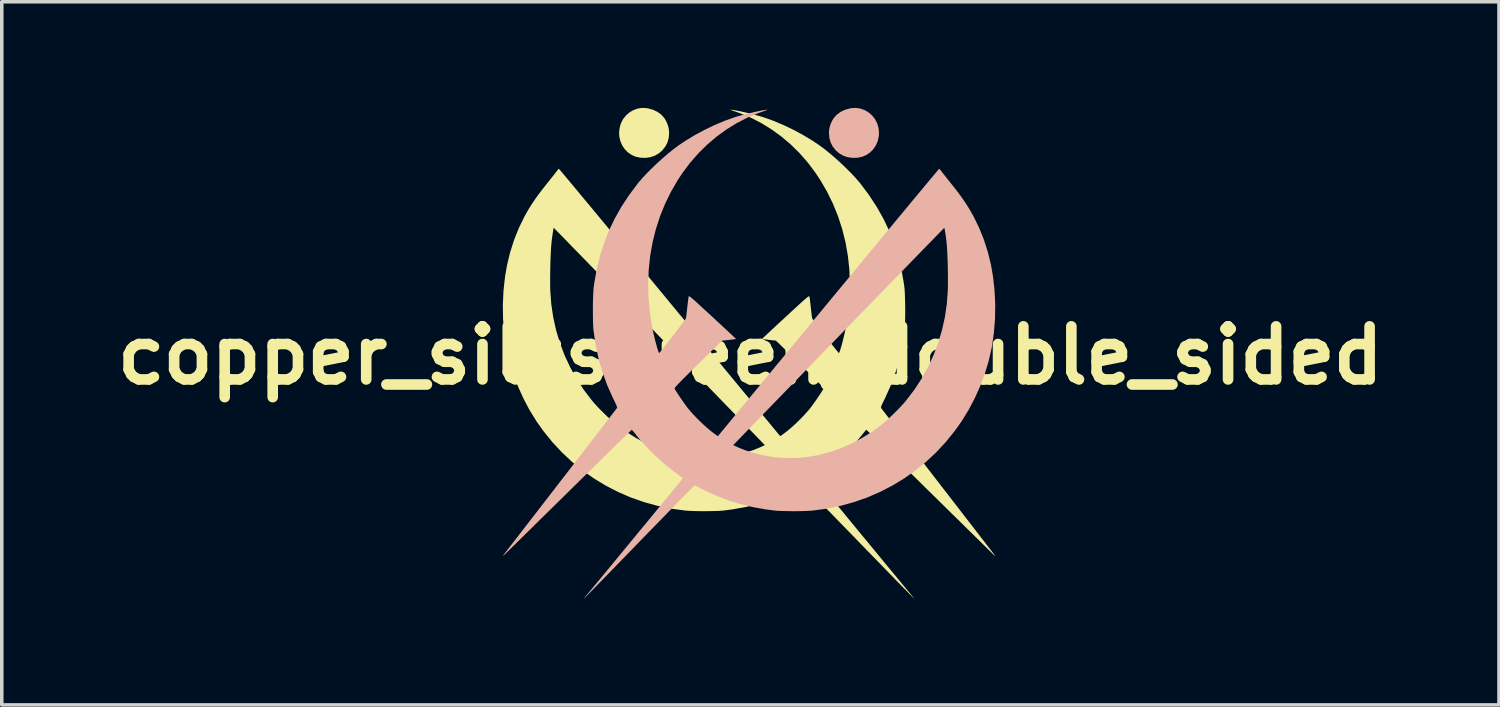
<source format=kicad_pcb>
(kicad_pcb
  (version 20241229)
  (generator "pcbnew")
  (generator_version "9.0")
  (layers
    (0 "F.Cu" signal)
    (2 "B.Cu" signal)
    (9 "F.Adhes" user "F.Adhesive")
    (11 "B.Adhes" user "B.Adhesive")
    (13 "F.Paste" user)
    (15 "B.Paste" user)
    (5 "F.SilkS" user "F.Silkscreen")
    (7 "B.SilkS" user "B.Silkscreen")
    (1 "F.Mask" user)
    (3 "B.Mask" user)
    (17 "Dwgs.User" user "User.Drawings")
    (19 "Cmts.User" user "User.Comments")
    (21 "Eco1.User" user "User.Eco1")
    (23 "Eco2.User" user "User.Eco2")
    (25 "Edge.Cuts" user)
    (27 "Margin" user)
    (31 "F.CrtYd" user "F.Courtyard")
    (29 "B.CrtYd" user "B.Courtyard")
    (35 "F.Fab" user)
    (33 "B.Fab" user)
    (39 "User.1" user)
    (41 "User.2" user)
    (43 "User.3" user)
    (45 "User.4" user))
  (footprint "copper_silkscreen_double_sided"
    (layer "F.Cu")
    (at 18.157 6.995)
    (property "Reference" "copper_silkscreen_double_sided" (at 0 0 0) (layer "F.SilkS") (effects (font (size 1.5 1.5) (thickness 0.3))))
    (attr board_only exclude_from_pos_files exclude_from_bom)
    (fp_poly (pts (xy -2.934 -6.989) (xy -2.891 -6.982) (xy -2.75 -6.942) (xy -2.625 -6.883) (xy -2.519 -6.806) (xy -2.434 -6.711) (xy -2.39 -6.64) (xy -2.34 -6.531) (xy -2.31 -6.429) (xy -2.297 -6.326) (xy -2.296 -6.287) (xy -2.308 -6.147) (xy -2.343 -6.021) (xy -2.403 -5.905) (xy -2.485 -5.8) (xy -2.586 -5.711) (xy -2.702 -5.644) (xy -2.832 -5.601) (xy -2.972 -5.583) (xy -3.11 -5.588) (xy -3.24 -5.616) (xy -3.359 -5.668) (xy -3.464 -5.741) (xy -3.554 -5.833) (xy -3.625 -5.941) (xy -3.676 -6.062) (xy -3.705 -6.194) (xy -3.711 -6.284) (xy -3.697 -6.426) (xy -3.659 -6.559) (xy -3.598 -6.679) (xy -3.514 -6.784) (xy -3.41 -6.873) (xy -3.317 -6.927) (xy -3.193 -6.975) (xy -3.066 -6.995)) (stroke (width 0) (type solid)) (fill yes) (layer "F.SilkS"))
    (fp_poly (pts (xy -0.515 -6.942) (xy -0.45 -6.932) (xy -0.367 -6.916) (xy -0.27 -6.896) (xy -0.162 -6.872) (xy -0.049 -6.845) (xy 0.065 -6.817) (xy 0.176 -6.787) (xy 0.28 -6.758) (xy 0.372 -6.73) (xy 0.378 -6.728) (xy 0.653 -6.63) (xy 0.935 -6.511) (xy 1.218 -6.376) (xy 1.494 -6.227) (xy 1.756 -6.069) (xy 1.953 -5.936) (xy 2.096 -5.83) (xy 2.247 -5.708) (xy 2.403 -5.574) (xy 2.559 -5.433) (xy 2.71 -5.289) (xy 2.852 -5.146) (xy 2.98 -5.009) (xy 3.09 -4.881) (xy 3.111 -4.855) (xy 3.355 -4.529) (xy 3.571 -4.199) (xy 3.761 -3.862) (xy 3.925 -3.517) (xy 4.064 -3.162) (xy 4.18 -2.796) (xy 4.271 -2.416) (xy 4.34 -2.021) (xy 4.35 -1.949) (xy 4.358 -1.872) (xy 4.364 -1.772) (xy 4.369 -1.654) (xy 4.373 -1.523) (xy 4.375 -1.385) (xy 4.376 -1.244) (xy 4.375 -1.107) (xy 4.372 -0.977) (xy 4.368 -0.86) (xy 4.362 -0.762) (xy 4.357 -0.707) (xy 4.299 -0.306) (xy 4.216 0.085) (xy 4.107 0.465) (xy 3.972 0.837) (xy 3.81 1.201) (xy 3.778 1.265) (xy 3.739 1.345) (xy 3.712 1.404) (xy 3.696 1.445) (xy 3.691 1.471) (xy 3.693 1.484) (xy 3.703 1.498) (xy 3.729 1.532) (xy 3.771 1.586) (xy 3.827 1.659) (xy 3.897 1.75) (xy 3.98 1.857) (xy 4.074 1.98) (xy 4.18 2.117) (xy 4.296 2.267) (xy 4.421 2.43) (xy 4.555 2.603) (xy 4.697 2.786) (xy 4.845 2.978) (xy 4.999 3.178) (xy 5.159 3.384) (xy 5.265 3.522) (xy 5.428 3.733) (xy 5.588 3.939) (xy 5.742 4.139) (xy 5.891 4.331) (xy 6.032 4.515) (xy 6.167 4.689) (xy 6.293 4.851) (xy 6.409 5.002) (xy 6.515 5.14) (xy 6.61 5.262) (xy 6.693 5.37) (xy 6.763 5.46) (xy 6.819 5.533) (xy 6.86 5.586) (xy 6.886 5.619) (xy 6.893 5.629) (xy 6.913 5.655) (xy 6.92 5.668) (xy 6.913 5.665) (xy 6.891 5.646) (xy 6.853 5.61) (xy 6.797 5.556) (xy 6.748 5.508) (xy 6.714 5.474) (xy 6.661 5.422) (xy 6.59 5.353) (xy 6.504 5.268) (xy 6.402 5.168) (xy 6.287 5.054) (xy 6.159 4.929) (xy 6.02 4.792) (xy 5.871 4.645) (xy 5.713 4.49) (xy 5.547 4.327) (xy 5.376 4.158) (xy 5.199 3.984) (xy 5.018 3.806) (xy 4.908 3.698) (xy 4.73 3.522) (xy 4.557 3.352) (xy 4.39 3.189) (xy 4.231 3.032) (xy 4.08 2.884) (xy 3.94 2.746) (xy 3.809 2.618) (xy 3.691 2.502) (xy 3.585 2.399) (xy 3.493 2.309) (xy 3.416 2.234) (xy 3.354 2.174) (xy 3.31 2.132) (xy 3.284 2.107) (xy 3.277 2.1) (xy 3.266 2.111) (xy 3.241 2.14) (xy 3.205 2.183) (xy 3.16 2.238) (xy 3.122 2.286) (xy 2.986 2.448) (xy 2.83 2.617) (xy 2.659 2.788) (xy 2.479 2.956) (xy 2.295 3.116) (xy 2.113 3.262) (xy 1.969 3.368) (xy 1.913 3.409) (xy 1.871 3.444) (xy 1.846 3.469) (xy 1.84 3.481) (xy 1.849 3.493) (xy 1.875 3.525) (xy 1.917 3.576) (xy 1.972 3.645) (xy 2.041 3.729) (xy 2.123 3.828) (xy 2.214 3.94) (xy 2.316 4.064) (xy 2.426 4.198) (xy 2.544 4.341) (xy 2.668 4.491) (xy 2.797 4.648) (xy 2.929 4.809) (xy 3.065 4.974) (xy 3.202 5.14) (xy 3.34 5.307) (xy 3.477 5.473) (xy 3.612 5.637) (xy 3.744 5.797) (xy 3.871 5.952) (xy 3.994 6.1) (xy 4.11 6.24) (xy 4.218 6.371) (xy 4.317 6.491) (xy 4.406 6.599) (xy 4.485 6.693) (xy 4.54 6.76) (xy 4.578 6.806) (xy 4.608 6.844) (xy 4.626 6.868) (xy 4.63 6.875) (xy 4.619 6.865) (xy 4.591 6.836) (xy 4.544 6.789) (xy 4.482 6.726) (xy 4.404 6.646) (xy 4.312 6.552) (xy 4.206 6.444) (xy 4.088 6.323) (xy 3.96 6.19) (xy 3.82 6.048) (xy 3.672 5.895) (xy 3.516 5.735) (xy 3.353 5.567) (xy 3.183 5.392) (xy 3.066 5.271) (xy 2.893 5.093) (xy 2.726 4.921) (xy 2.564 4.756) (xy 2.411 4.598) (xy 2.265 4.448) (xy 2.129 4.309) (xy 2.004 4.181) (xy 1.89 4.064) (xy 1.788 3.961) (xy 1.7 3.871) (xy 1.627 3.797) (xy 1.569 3.739) (xy 1.528 3.698) (xy 1.505 3.676) (xy 1.5 3.671) (xy 1.485 3.679) (xy 1.45 3.697) (xy 1.397 3.723) (xy 1.33 3.757) (xy 1.255 3.795) (xy 1.239 3.803) (xy 0.906 3.958) (xy 0.57 4.089) (xy 0.225 4.197) (xy -0.131 4.284) (xy -0.501 4.35) (xy -0.77 4.385) (xy -0.849 4.391) (xy -0.951 4.396) (xy -1.069 4.399) (xy -1.197 4.401) (xy -1.33 4.402) (xy -1.462 4.401) (xy -1.588 4.398) (xy -1.701 4.394) (xy -1.795 4.388) (xy -1.834 4.385) (xy -2.235 4.331) (xy -2.627 4.25) (xy -3.009 4.144) (xy -3.38 4.014) (xy -3.74 3.858) (xy -4.087 3.679) (xy -4.421 3.477) (xy -4.74 3.252) (xy -5.043 3.005) (xy -5.329 2.737) (xy -5.598 2.448) (xy -5.848 2.139) (xy -6.044 1.862) (xy -6.24 1.546) (xy -6.416 1.213) (xy -6.571 0.868) (xy -6.703 0.514) (xy -6.811 0.157) (xy -6.892 -0.201) (xy -6.902 -0.252) (xy -6.958 -0.64) (xy -6.99 -1.036) (xy -6.996 -1.436) (xy -6.977 -1.836) (xy -6.951 -2.07) (xy -5.659 -2.07) (xy -5.658 -1.936) (xy -5.655 -1.826) (xy -5.627 -1.45) (xy -5.572 -1.078) (xy -5.491 -0.713) (xy -5.384 -0.355) (xy -5.251 -0.005) (xy -5.094 0.333) (xy -4.913 0.659) (xy -4.708 0.972) (xy -4.481 1.269) (xy -4.424 1.337) (xy -4.349 1.42) (xy -4.259 1.515) (xy -4.159 1.615) (xy -4.056 1.716) (xy -3.953 1.811) (xy -3.858 1.895) (xy -3.783 1.958) (xy -3.51 2.159) (xy -3.225 2.337) (xy -2.929 2.493) (xy -2.625 2.625) (xy -2.315 2.733) (xy -2 2.815) (xy -1.685 2.871) (xy -1.519 2.889) (xy -1.445 2.893) (xy -1.35 2.896) (xy -1.242 2.896) (xy -1.128 2.895) (xy -1.014 2.892) (xy -0.909 2.888) (xy -0.819 2.882) (xy -0.776 2.878) (xy -0.562 2.847) (xy -0.343 2.801) (xy -0.127 2.744) (xy 0.078 2.677) (xy 0.264 2.602) (xy 0.286 2.592) (xy 0.409 2.535) (xy 0.131 2.248) (xy -0.006 2.107) (xy -0.154 1.954) (xy -0.312 1.79) (xy -0.48 1.617) (xy -0.657 1.435) (xy -0.841 1.245) (xy -1.032 1.048) (xy -1.229 0.845) (xy -1.431 0.637) (xy -1.638 0.424) (xy -1.847 0.208) (xy -2.059 -0.01) (xy -2.273 -0.23) (xy -2.487 -0.45) (xy -2.701 -0.671) (xy -2.913 -0.89) (xy -3.124 -1.106) (xy -3.332 -1.32) (xy -3.536 -1.53) (xy -3.735 -1.735) (xy -3.928 -1.934) (xy -4.115 -2.127) (xy -4.295 -2.311) (xy -4.466 -2.488) (xy -4.629 -2.655) (xy -4.781 -2.811) (xy -4.922 -2.956) (xy -5.052 -3.089) (xy -5.168 -3.209) (xy -5.271 -3.315) (xy -5.36 -3.406) (xy -5.433 -3.481) (xy -5.49 -3.539) (xy -5.53 -3.58) (xy -5.552 -3.602) (xy -5.556 -3.605) (xy -5.562 -3.589) (xy -5.57 -3.549) (xy -5.58 -3.491) (xy -5.591 -3.418) (xy -5.603 -3.336) (xy -5.614 -3.25) (xy -5.622 -3.171) (xy -5.63 -3.078) (xy -5.638 -2.962) (xy -5.644 -2.828) (xy -5.65 -2.681) (xy -5.654 -2.527) (xy -5.657 -2.37) (xy -5.659 -2.216) (xy -5.659 -2.07) (xy -6.951 -2.07) (xy -6.933 -2.231) (xy -6.875 -2.565) (xy -6.789 -2.917) (xy -6.679 -3.262) (xy -6.545 -3.597) (xy -6.389 -3.918) (xy -6.277 -4.117) (xy -6.209 -4.227) (xy -6.14 -4.334) (xy -6.067 -4.44) (xy -5.986 -4.551) (xy -5.895 -4.672) (xy -5.79 -4.806) (xy -5.72 -4.894) (xy -5.657 -4.972) (xy -5.597 -5.047) (xy -5.545 -5.113) (xy -5.503 -5.167) (xy -5.473 -5.206) (xy -5.46 -5.223) (xy -5.436 -5.254) (xy -5.416 -5.272) (xy -5.412 -5.274) (xy -5.402 -5.263) (xy -5.375 -5.232) (xy -5.331 -5.181) (xy -5.272 -5.11) (xy -5.197 -5.021) (xy -5.108 -4.914) (xy -5.005 -4.79) (xy -4.888 -4.65) (xy -4.759 -4.494) (xy -4.617 -4.324) (xy -4.464 -4.14) (xy -4.301 -3.943) (xy -4.127 -3.733) (xy -3.944 -3.512) (xy -3.752 -3.28) (xy -3.552 -3.038) (xy -3.344 -2.787) (xy -3.129 -2.528) (xy -2.908 -2.26) (xy -2.682 -1.986) (xy -2.45 -1.706) (xy -2.278 -1.497) (xy 0.843 2.282) (xy 0.928 2.223) (xy 1.036 2.141) (xy 1.155 2.041) (xy 1.28 1.928) (xy 1.404 1.807) (xy 1.523 1.684) (xy 1.631 1.563) (xy 1.685 1.498) (xy 1.723 1.449) (xy 1.768 1.388) (xy 1.818 1.317) (xy 1.871 1.242) (xy 1.922 1.167) (xy 1.97 1.096) (xy 2.011 1.032) (xy 2.042 0.981) (xy 2.062 0.947) (xy 2.066 0.937) (xy 2.065 0.928) (xy 2.057 0.914) (xy 2.041 0.892) (xy 2.016 0.862) (xy 1.979 0.823) (xy 1.93 0.772) (xy 1.868 0.708) (xy 1.791 0.631) (xy 1.697 0.537) (xy 1.586 0.427) (xy 1.482 0.325) (xy 1.372 0.216) (xy 1.266 0.112) (xy 1.166 0.014) (xy 1.074 -0.077) (xy 0.991 -0.158) (xy 0.921 -0.226) (xy 0.865 -0.281) (xy 0.824 -0.32) (xy 0.805 -0.339) (xy 0.721 -0.418) (xy 0.527 -0.439) (xy 0.457 -0.447) (xy 0.397 -0.454) (xy 0.354 -0.46) (xy 0.331 -0.464) (xy 0.329 -0.465) (xy 0.339 -0.475) (xy 0.367 -0.502) (xy 0.412 -0.545) (xy 0.473 -0.603) (xy 0.548 -0.672) (xy 0.635 -0.753) (xy 0.732 -0.844) (xy 0.838 -0.942) (xy 0.951 -1.046) (xy 0.992 -1.084) (xy 1.125 -1.207) (xy 1.24 -1.313) (xy 1.337 -1.402) (xy 1.418 -1.476) (xy 1.485 -1.536) (xy 1.538 -1.583) (xy 1.58 -1.619) (xy 1.611 -1.644) (xy 1.634 -1.661) (xy 1.65 -1.67) (xy 1.66 -1.673) (xy 1.665 -1.67) (xy 1.668 -1.665) (xy 1.673 -1.641) (xy 1.68 -1.594) (xy 1.688 -1.529) (xy 1.697 -1.451) (xy 1.707 -1.365) (xy 1.708 -1.358) (xy 1.717 -1.272) (xy 1.726 -1.194) (xy 1.734 -1.128) (xy 1.74 -1.081) (xy 1.744 -1.056) (xy 1.744 -1.055) (xy 1.753 -1.038) (xy 1.778 -1.003) (xy 1.815 -0.951) (xy 1.863 -0.886) (xy 1.919 -0.811) (xy 1.982 -0.728) (xy 2.049 -0.64) (xy 2.118 -0.549) (xy 2.188 -0.459) (xy 2.256 -0.372) (xy 2.319 -0.29) (xy 2.377 -0.218) (xy 2.426 -0.156) (xy 2.465 -0.109) (xy 2.491 -0.078) (xy 2.503 -0.067) (xy 2.504 -0.067) (xy 2.514 -0.083) (xy 2.529 -0.123) (xy 2.548 -0.182) (xy 2.57 -0.256) (xy 2.594 -0.343) (xy 2.618 -0.437) (xy 2.642 -0.534) (xy 2.665 -0.632) (xy 2.685 -0.725) (xy 2.701 -0.805) (xy 2.765 -1.216) (xy 2.802 -1.623) (xy 2.813 -2.025) (xy 2.798 -2.421) (xy 2.756 -2.811) (xy 2.689 -3.194) (xy 2.596 -3.568) (xy 2.477 -3.933) (xy 2.333 -4.289) (xy 2.164 -4.633) (xy 1.97 -4.966) (xy 1.837 -5.166) (xy 1.623 -5.45) (xy 1.391 -5.715) (xy 1.143 -5.96) (xy 0.879 -6.184) (xy 0.601 -6.386) (xy 0.311 -6.565) (xy 0.01 -6.72) (xy -0.301 -6.849) (xy -0.42 -6.89) (xy -0.479 -6.911) (xy -0.525 -6.928) (xy -0.553 -6.939) (xy -0.558 -6.944) (xy -0.558 -6.944)) (stroke (width 0) (type solid)) (fill yes) (layer "F.SilkS"))
    (fp_poly (pts (xy 2.859 -6.989) (xy 2.815 -6.982) (xy 2.674 -6.942) (xy 2.549 -6.883) (xy 2.444 -6.806) (xy 2.358 -6.711) (xy 2.314 -6.64) (xy 2.264 -6.531) (xy 2.234 -6.429) (xy 2.221 -6.326) (xy 2.221 -6.287) (xy 2.232 -6.147) (xy 2.267 -6.021) (xy 2.327 -5.905) (xy 2.409 -5.8) (xy 2.51 -5.711) (xy 2.627 -5.644) (xy 2.756 -5.601) (xy 2.896 -5.583) (xy 3.034 -5.588) (xy 3.164 -5.616) (xy 3.283 -5.668) (xy 3.388 -5.741) (xy 3.478 -5.833) (xy 3.549 -5.941) (xy 3.601 -6.062) (xy 3.629 -6.194) (xy 3.635 -6.284) (xy 3.622 -6.426) (xy 3.584 -6.559) (xy 3.522 -6.679) (xy 3.438 -6.784) (xy 3.334 -6.873) (xy 3.241 -6.927) (xy 3.117 -6.975) (xy 2.991 -6.995)) (stroke (width 0) (type solid)) (fill yes) (layer "B.SilkS"))
    (fp_poly (pts (xy 0.439 -6.942) (xy 0.374 -6.932) (xy 0.291 -6.916) (xy 0.194 -6.896) (xy 0.086 -6.872) (xy -0.026 -6.845) (xy -0.14 -6.817) (xy -0.252 -6.787) (xy -0.355 -6.758) (xy -0.448 -6.73) (xy -0.454 -6.728) (xy -0.729 -6.63) (xy -1.011 -6.511) (xy -1.294 -6.376) (xy -1.57 -6.227) (xy -1.831 -6.069) (xy -2.029 -5.936) (xy -2.172 -5.83) (xy -2.323 -5.708) (xy -2.479 -5.574) (xy -2.635 -5.433) (xy -2.786 -5.289) (xy -2.928 -5.146) (xy -3.056 -5.009) (xy -3.166 -4.881) (xy -3.187 -4.855) (xy -3.43 -4.529) (xy -3.647 -4.199) (xy -3.837 -3.862) (xy -4.001 -3.517) (xy -4.14 -3.162) (xy -4.255 -2.796) (xy -4.347 -2.416) (xy -4.416 -2.021) (xy -4.426 -1.949) (xy -4.434 -1.872) (xy -4.44 -1.772) (xy -4.445 -1.654) (xy -4.449 -1.523) (xy -4.451 -1.385) (xy -4.451 -1.244) (xy -4.45 -1.107) (xy -4.448 -0.977) (xy -4.444 -0.86) (xy -4.438 -0.762) (xy -4.433 -0.707) (xy -4.375 -0.306) (xy -4.292 0.085) (xy -4.183 0.465) (xy -4.048 0.837) (xy -3.886 1.201) (xy -3.854 1.265) (xy -3.815 1.345) (xy -3.788 1.404) (xy -3.772 1.445) (xy -3.767 1.471) (xy -3.769 1.484) (xy -3.779 1.498) (xy -3.805 1.532) (xy -3.847 1.586) (xy -3.903 1.659) (xy -3.973 1.75) (xy -4.055 1.857) (xy -4.15 1.98) (xy -4.256 2.117) (xy -4.372 2.267) (xy -4.497 2.43) (xy -4.631 2.603) (xy -4.772 2.786) (xy -4.921 2.978) (xy -5.075 3.178) (xy -5.234 3.384) (xy -5.341 3.522) (xy -5.504 3.733) (xy -5.663 3.939) (xy -5.818 4.139) (xy -5.966 4.331) (xy -6.108 4.515) (xy -6.243 4.689) (xy -6.368 4.851) (xy -6.485 5.002) (xy -6.591 5.14) (xy -6.686 5.262) (xy -6.769 5.37) (xy -6.839 5.46) (xy -6.895 5.533) (xy -6.936 5.586) (xy -6.962 5.619) (xy -6.969 5.629) (xy -6.989 5.655) (xy -6.996 5.668) (xy -6.989 5.665) (xy -6.967 5.646) (xy -6.929 5.61) (xy -6.873 5.556) (xy -6.824 5.508) (xy -6.789 5.474) (xy -6.737 5.422) (xy -6.666 5.353) (xy -6.58 5.268) (xy -6.478 5.168) (xy -6.363 5.054) (xy -6.235 4.929) (xy -6.096 4.792) (xy -5.947 4.645) (xy -5.789 4.49) (xy -5.623 4.327) (xy -5.451 4.158) (xy -5.274 3.984) (xy -5.094 3.806) (xy -4.984 3.698) (xy -4.806 3.522) (xy -4.633 3.352) (xy -4.466 3.189) (xy -4.307 3.032) (xy -4.156 2.884) (xy -4.015 2.746) (xy -3.885 2.618) (xy -3.766 2.502) (xy -3.661 2.399) (xy -3.569 2.309) (xy -3.491 2.234) (xy -3.43 2.174) (xy -3.386 2.132) (xy -3.36 2.107) (xy -3.353 2.1) (xy -3.342 2.111) (xy -3.317 2.14) (xy -3.28 2.183) (xy -3.236 2.238) (xy -3.198 2.286) (xy -3.062 2.448) (xy -2.906 2.617) (xy -2.735 2.788) (xy -2.555 2.956) (xy -2.371 3.116) (xy -2.188 3.262) (xy -2.044 3.368) (xy -1.989 3.409) (xy -1.947 3.444) (xy -1.921 3.469) (xy -1.916 3.481) (xy -1.925 3.493) (xy -1.951 3.525) (xy -1.992 3.576) (xy -2.048 3.645) (xy -2.117 3.729) (xy -2.198 3.828) (xy -2.29 3.94) (xy -2.392 4.064) (xy -2.502 4.198) (xy -2.62 4.341) (xy -2.743 4.491) (xy -2.872 4.648) (xy -3.005 4.809) (xy -3.141 4.974) (xy -3.278 5.14) (xy -3.416 5.307) (xy -3.552 5.473) (xy -3.687 5.637) (xy -3.819 5.797) (xy -3.947 5.952) (xy -4.069 6.1) (xy -4.185 6.24) (xy -4.293 6.371) (xy -4.393 6.491) (xy -4.482 6.599) (xy -4.56 6.693) (xy -4.616 6.76) (xy -4.654 6.806) (xy -4.684 6.844) (xy -4.702 6.868) (xy -4.705 6.875) (xy -4.695 6.865) (xy -4.666 6.836) (xy -4.62 6.789) (xy -4.558 6.726) (xy -4.48 6.646) (xy -4.387 6.552) (xy -4.282 6.444) (xy -4.164 6.323) (xy -4.035 6.19) (xy -3.896 6.048) (xy -3.748 5.895) (xy -3.592 5.735) (xy -3.429 5.567) (xy -3.259 5.392) (xy -3.142 5.271) (xy -2.969 5.093) (xy -2.801 4.921) (xy -2.64 4.756) (xy -2.486 4.598) (xy -2.341 4.448) (xy -2.205 4.309) (xy -2.079 4.181) (xy -1.965 4.064) (xy -1.864 3.961) (xy -1.776 3.871) (xy -1.703 3.797) (xy -1.645 3.739) (xy -1.604 3.698) (xy -1.581 3.676) (xy -1.576 3.671) (xy -1.561 3.679) (xy -1.525 3.697) (xy -1.472 3.723) (xy -1.406 3.757) (xy -1.331 3.795) (xy -1.315 3.803) (xy -0.982 3.958) (xy -0.645 4.089) (xy -0.301 4.197) (xy 0.055 4.284) (xy 0.425 4.35) (xy 0.694 4.385) (xy 0.774 4.391) (xy 0.875 4.396) (xy 0.993 4.399) (xy 1.121 4.401) (xy 1.254 4.402) (xy 1.387 4.401) (xy 1.512 4.398) (xy 1.625 4.394) (xy 1.719 4.388) (xy 1.759 4.385) (xy 2.159 4.331) (xy 2.551 4.25) (xy 2.933 4.144) (xy 3.305 4.014) (xy 3.664 3.858) (xy 4.011 3.679) (xy 4.345 3.477) (xy 4.664 3.252) (xy 4.967 3.005) (xy 5.253 2.737) (xy 5.522 2.448) (xy 5.772 2.139) (xy 5.969 1.862) (xy 6.164 1.546) (xy 6.34 1.213) (xy 6.495 0.868) (xy 6.627 0.514) (xy 6.735 0.157) (xy 6.817 -0.201) (xy 6.826 -0.252) (xy 6.883 -0.64) (xy 6.914 -1.036) (xy 6.92 -1.436) (xy 6.901 -1.836) (xy 6.875 -2.07) (xy 5.583 -2.07) (xy 5.582 -1.936) (xy 5.579 -1.826) (xy 5.551 -1.45) (xy 5.496 -1.078) (xy 5.415 -0.713) (xy 5.308 -0.355) (xy 5.175 -0.005) (xy 5.018 0.333) (xy 4.837 0.659) (xy 4.632 0.972) (xy 4.405 1.269) (xy 4.348 1.337) (xy 4.274 1.42) (xy 4.184 1.515) (xy 4.084 1.615) (xy 3.98 1.716) (xy 3.877 1.811) (xy 3.782 1.895) (xy 3.707 1.958) (xy 3.435 2.159) (xy 3.149 2.337) (xy 2.853 2.493) (xy 2.549 2.625) (xy 2.239 2.733) (xy 1.925 2.815) (xy 1.609 2.871) (xy 1.443 2.889) (xy 1.369 2.893) (xy 1.275 2.896) (xy 1.166 2.896) (xy 1.052 2.895) (xy 0.939 2.892) (xy 0.833 2.888) (xy 0.743 2.882) (xy 0.7 2.878) (xy 0.486 2.847) (xy 0.267 2.801) (xy 0.052 2.744) (xy -0.153 2.677) (xy -0.34 2.602) (xy -0.362 2.592) (xy -0.485 2.535) (xy -0.207 2.248) (xy -0.07 2.107) (xy 0.078 1.954) (xy 0.237 1.79) (xy 0.404 1.617) (xy 0.581 1.435) (xy 0.765 1.245) (xy 0.956 1.048) (xy 1.154 0.845) (xy 1.356 0.637) (xy 1.562 0.424) (xy 1.772 0.208) (xy 1.984 -0.01) (xy 2.197 -0.23) (xy 2.411 -0.45) (xy 2.625 -0.671) (xy 2.838 -0.89) (xy 3.048 -1.106) (xy 3.256 -1.32) (xy 3.46 -1.53) (xy 3.659 -1.735) (xy 3.853 -1.934) (xy 4.04 -2.127) (xy 4.219 -2.311) (xy 4.391 -2.488) (xy 4.553 -2.655) (xy 4.705 -2.811) (xy 4.846 -2.956) (xy 4.976 -3.089) (xy 5.092 -3.209) (xy 5.196 -3.315) (xy 5.284 -3.406) (xy 5.357 -3.481) (xy 5.414 -3.539) (xy 5.454 -3.58) (xy 5.476 -3.602) (xy 5.48 -3.605) (xy 5.486 -3.589) (xy 5.494 -3.549) (xy 5.505 -3.491) (xy 5.516 -3.418) (xy 5.527 -3.336) (xy 5.538 -3.25) (xy 5.547 -3.171) (xy 5.555 -3.078) (xy 5.562 -2.962) (xy 5.568 -2.828) (xy 5.574 -2.681) (xy 5.578 -2.527) (xy 5.581 -2.37) (xy 5.583 -2.216) (xy 5.583 -2.07) (xy 6.875 -2.07) (xy 6.857 -2.231) (xy 6.799 -2.565) (xy 6.713 -2.917) (xy 6.603 -3.262) (xy 6.469 -3.597) (xy 6.313 -3.918) (xy 6.201 -4.117) (xy 6.133 -4.227) (xy 6.064 -4.334) (xy 5.991 -4.44) (xy 5.911 -4.551) (xy 5.819 -4.672) (xy 5.714 -4.806) (xy 5.644 -4.894) (xy 5.581 -4.972) (xy 5.522 -5.047) (xy 5.469 -5.113) (xy 5.427 -5.167) (xy 5.397 -5.206) (xy 5.384 -5.223) (xy 5.36 -5.254) (xy 5.34 -5.272) (xy 5.336 -5.274) (xy 5.326 -5.263) (xy 5.299 -5.232) (xy 5.256 -5.181) (xy 5.196 -5.11) (xy 5.121 -5.021) (xy 5.032 -4.914) (xy 4.929 -4.79) (xy 4.812 -4.65) (xy 4.683 -4.494) (xy 4.541 -4.324) (xy 4.389 -4.14) (xy 4.225 -3.943) (xy 4.051 -3.733) (xy 3.868 -3.512) (xy 3.676 -3.28) (xy 3.476 -3.038) (xy 3.268 -2.787) (xy 3.054 -2.528) (xy 2.833 -2.26) (xy 2.606 -1.986) (xy 2.375 -1.706) (xy 2.202 -1.497) (xy -0.918 2.282) (xy -1.003 2.223) (xy -1.112 2.141) (xy -1.231 2.041) (xy -1.355 1.928) (xy -1.48 1.807) (xy -1.599 1.684) (xy -1.707 1.563) (xy -1.761 1.498) (xy -1.799 1.449) (xy -1.844 1.388) (xy -1.894 1.317) (xy -1.946 1.242) (xy -1.998 1.167) (xy -2.045 1.096) (xy -2.086 1.032) (xy -2.118 0.981) (xy -2.137 0.947) (xy -2.141 0.937) (xy -2.141 0.928) (xy -2.133 0.914) (xy -2.117 0.892) (xy -2.091 0.862) (xy -2.055 0.823) (xy -2.006 0.772) (xy -1.944 0.708) (xy -1.867 0.631) (xy -1.773 0.537) (xy -1.662 0.427) (xy -1.558 0.325) (xy -1.448 0.216) (xy -1.342 0.112) (xy -1.242 0.014) (xy -1.149 -0.077) (xy -1.067 -0.158) (xy -0.997 -0.226) (xy -0.94 -0.281) (xy -0.9 -0.32) (xy -0.881 -0.339) (xy -0.797 -0.418) (xy -0.603 -0.439) (xy -0.533 -0.447) (xy -0.473 -0.454) (xy -0.429 -0.46) (xy -0.407 -0.464) (xy -0.405 -0.465) (xy -0.414 -0.475) (xy -0.443 -0.502) (xy -0.488 -0.545) (xy -0.549 -0.603) (xy -0.624 -0.672) (xy -0.711 -0.753) (xy -0.808 -0.844) (xy -0.914 -0.942) (xy -1.027 -1.046) (xy -1.067 -1.084) (xy -1.201 -1.207) (xy -1.316 -1.313) (xy -1.413 -1.402) (xy -1.494 -1.476) (xy -1.56 -1.536) (xy -1.614 -1.583) (xy -1.655 -1.619) (xy -1.687 -1.644) (xy -1.71 -1.661) (xy -1.726 -1.67) (xy -1.735 -1.673) (xy -1.741 -1.67) (xy -1.744 -1.665) (xy -1.748 -1.641) (xy -1.755 -1.594) (xy -1.764 -1.529) (xy -1.773 -1.451) (xy -1.783 -1.365) (xy -1.784 -1.358) (xy -1.793 -1.272) (xy -1.802 -1.194) (xy -1.81 -1.128) (xy -1.816 -1.081) (xy -1.819 -1.056) (xy -1.82 -1.055) (xy -1.829 -1.038) (xy -1.853 -1.003) (xy -1.891 -0.951) (xy -1.938 -0.886) (xy -1.995 -0.811) (xy -2.058 -0.728) (xy -2.125 -0.64) (xy -2.194 -0.549) (xy -2.264 -0.459) (xy -2.331 -0.372) (xy -2.395 -0.29) (xy -2.453 -0.218) (xy -2.502 -0.156) (xy -2.541 -0.109) (xy -2.567 -0.078) (xy -2.579 -0.067) (xy -2.579 -0.067) (xy -2.59 -0.083) (xy -2.605 -0.123) (xy -2.624 -0.182) (xy -2.646 -0.256) (xy -2.669 -0.343) (xy -2.694 -0.437) (xy -2.718 -0.534) (xy -2.741 -0.632) (xy -2.761 -0.725) (xy -2.777 -0.805) (xy -2.841 -1.216) (xy -2.878 -1.623) (xy -2.889 -2.025) (xy -2.873 -2.421) (xy -2.832 -2.811) (xy -2.765 -3.194) (xy -2.672 -3.568) (xy -2.553 -3.933) (xy -2.409 -4.289) (xy -2.24 -4.633) (xy -2.046 -4.966) (xy -1.913 -5.166) (xy -1.699 -5.45) (xy -1.467 -5.715) (xy -1.218 -5.96) (xy -0.955 -6.184) (xy -0.677 -6.386) (xy -0.387 -6.565) (xy -0.085 -6.72) (xy 0.225 -6.849) (xy 0.344 -6.89) (xy 0.404 -6.911) (xy 0.449 -6.928) (xy 0.477 -6.939) (xy 0.483 -6.944) (xy 0.482 -6.944)) (stroke (width 0) (type solid)) (fill yes) (layer "B.SilkS")))
  (gr_rect
    (start -3 -3)
    (end 39.314 16.871)
    (stroke (width 0.1) (type default))
    (fill no)
    (layer "Edge.Cuts")))
</source>
